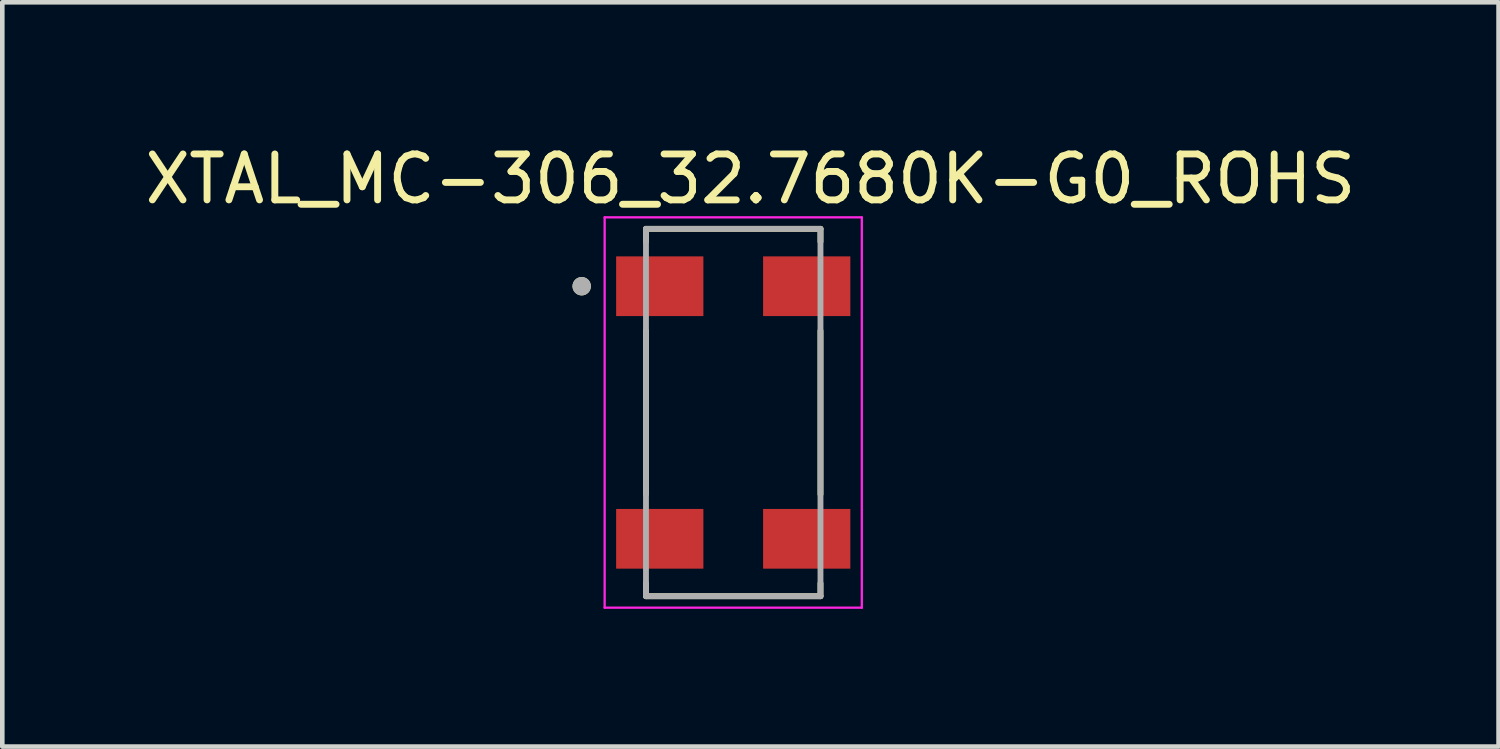
<source format=kicad_pcb>
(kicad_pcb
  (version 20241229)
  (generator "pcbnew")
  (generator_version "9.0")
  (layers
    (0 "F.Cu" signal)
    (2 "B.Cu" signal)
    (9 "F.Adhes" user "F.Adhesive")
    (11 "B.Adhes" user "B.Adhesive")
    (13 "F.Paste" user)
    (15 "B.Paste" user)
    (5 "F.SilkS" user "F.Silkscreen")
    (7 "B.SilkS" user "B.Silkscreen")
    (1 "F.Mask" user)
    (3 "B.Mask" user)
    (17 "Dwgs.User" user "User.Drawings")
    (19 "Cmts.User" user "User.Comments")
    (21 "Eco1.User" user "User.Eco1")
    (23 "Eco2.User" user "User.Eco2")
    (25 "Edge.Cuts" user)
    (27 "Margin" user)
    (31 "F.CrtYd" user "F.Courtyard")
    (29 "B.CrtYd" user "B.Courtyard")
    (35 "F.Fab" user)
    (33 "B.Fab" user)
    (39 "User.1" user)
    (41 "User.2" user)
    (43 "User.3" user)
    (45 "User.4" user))
  (footprint "XTAL_MC-306_32.7680K-G0_ROHS"
    (layer "F.Cu")
    (at 12.917 5.933)
    (property "Reference" "XTAL_MC-306_32.7680K-G0_ROHS" (at 0.375 -5.085 0) (layer "F.SilkS") (effects (font (size 1 1) (thickness 0.15))))
    (attr smd)
    (fp_line (start -1.9 -4) (end -1.9 -3.72) (stroke (width 0.127) (type solid)) (layer "F.SilkS"))
    (fp_line (start -1.9 -4) (end 1.9 -4) (stroke (width 0.127) (type solid)) (layer "F.SilkS"))
    (fp_line (start -1.9 -1.78) (end -1.9 1.78) (stroke (width 0.127) (type solid)) (layer "F.SilkS"))
    (fp_line (start -1.9 4) (end -1.9 3.72) (stroke (width 0.127) (type solid)) (layer "F.SilkS"))
    (fp_line (start -1.9 4) (end 1.9 4) (stroke (width 0.127) (type solid)) (layer "F.SilkS"))
    (fp_line (start 1.9 -4) (end 1.9 -3.72) (stroke (width 0.127) (type solid)) (layer "F.SilkS"))
    (fp_line (start 1.9 -1.78) (end 1.9 1.78) (stroke (width 0.127) (type solid)) (layer "F.SilkS"))
    (fp_line (start 1.9 4) (end 1.9 3.72) (stroke (width 0.127) (type solid)) (layer "F.SilkS"))
    (fp_circle (center -3.3 -2.75) (end -3.2 -2.75) (stroke (width 0.2) (type solid)) (fill no) (layer "F.SilkS"))
    (fp_line (start -2.8 -4.25) (end -2.8 4.25) (stroke (width 0.05) (type solid)) (layer "F.CrtYd"))
    (fp_line (start -2.8 -4.25) (end 2.8 -4.25) (stroke (width 0.05) (type solid)) (layer "F.CrtYd"))
    (fp_line (start 2.8 -4.25) (end 2.8 4.25) (stroke (width 0.05) (type solid)) (layer "F.CrtYd"))
    (fp_line (start 2.8 4.25) (end -2.8 4.25) (stroke (width 0.05) (type solid)) (layer "F.CrtYd"))
    (fp_line (start -1.9 -4) (end -1.9 4) (stroke (width 0.127) (type solid)) (layer "F.Fab"))
    (fp_line (start -1.9 -4) (end 1.9 -4) (stroke (width 0.127) (type solid)) (layer "F.Fab"))
    (fp_line (start 1.9 -4) (end 1.9 4) (stroke (width 0.127) (type solid)) (layer "F.Fab"))
    (fp_line (start 1.9 4) (end -1.9 4) (stroke (width 0.127) (type solid)) (layer "F.Fab"))
    (fp_circle (center -3.3 -2.75) (end -3.2 -2.75) (stroke (width 0.2) (type solid)) (fill no) (layer "F.Fab"))
    (pad "1" smd rect (at -1.6 -2.75) (size 1.9 1.3) (layers "F.Cu" "F.Mask" "F.Paste"))
    (pad "2" smd rect (at -1.6 2.75) (size 1.9 1.3) (layers "F.Cu" "F.Mask" "F.Paste"))
    (pad "3" smd rect (at 1.6 2.75) (size 1.9 1.3) (layers "F.Cu" "F.Mask" "F.Paste"))
    (pad "4" smd rect (at 1.6 -2.75) (size 1.9 1.3) (layers "F.Cu" "F.Mask" "F.Paste")))
  (gr_rect
    (start -3 -3)
    (end 29.583 13.208)
    (stroke (width 0.1) (type default))
    (fill no)
    (layer "Edge.Cuts")))
</source>
